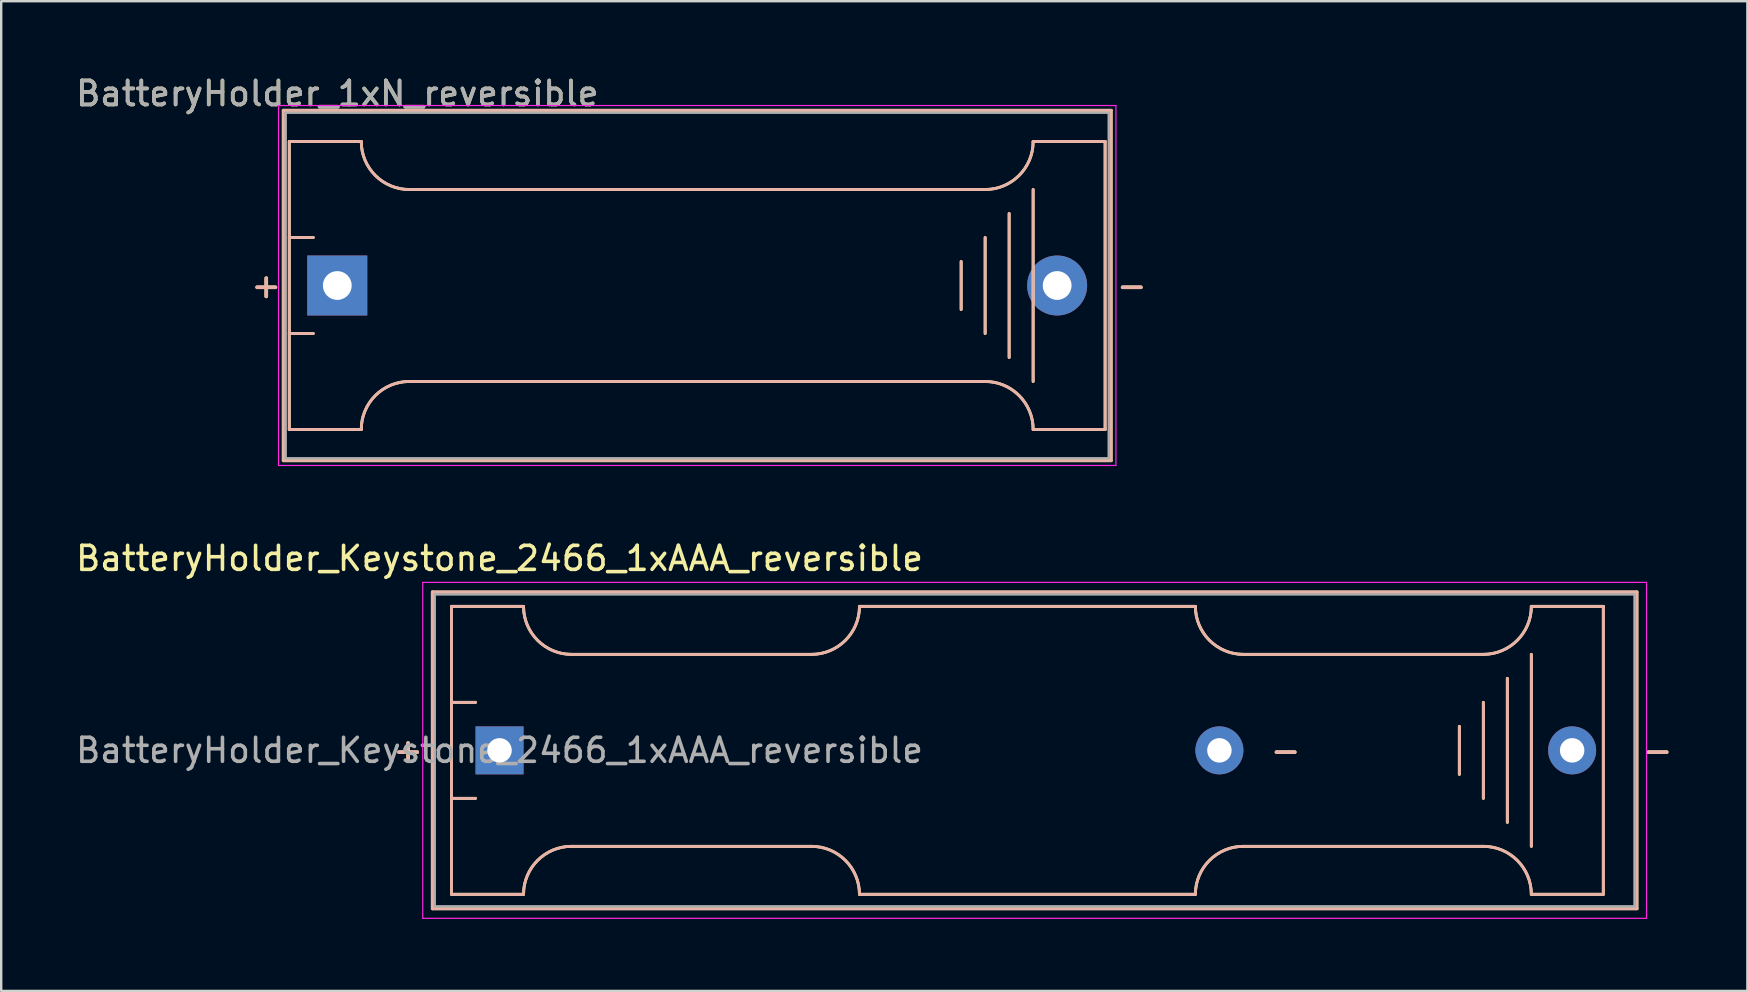
<source format=kicad_pcb>
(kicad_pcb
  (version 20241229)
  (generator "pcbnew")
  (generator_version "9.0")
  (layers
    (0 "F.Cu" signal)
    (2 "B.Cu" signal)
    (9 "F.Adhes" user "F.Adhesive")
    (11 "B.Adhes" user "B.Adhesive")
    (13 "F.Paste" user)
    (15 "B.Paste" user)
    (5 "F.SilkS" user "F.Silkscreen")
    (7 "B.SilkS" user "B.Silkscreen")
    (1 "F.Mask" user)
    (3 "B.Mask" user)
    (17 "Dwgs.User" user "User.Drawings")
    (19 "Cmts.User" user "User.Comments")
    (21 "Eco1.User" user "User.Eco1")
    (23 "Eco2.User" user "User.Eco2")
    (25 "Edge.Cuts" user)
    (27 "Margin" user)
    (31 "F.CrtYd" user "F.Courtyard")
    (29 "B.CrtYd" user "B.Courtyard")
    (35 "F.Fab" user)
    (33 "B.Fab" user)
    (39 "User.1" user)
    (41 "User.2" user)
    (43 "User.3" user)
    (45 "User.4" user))
  (footprint "BatteryHolder_1xN_reversible"
    (layer "F.Cu")
    (at 11.006 8.848)
    (property "Reference" "BatteryHolder_1xN_reversible" (at 0 -8 180) (layer "F.SilkS") (effects (font (size 1 1) (thickness 0.15))))
    (attr through_hole)
    (fp_line (start -2.25 -7.3) (end -2.25 7.3) (stroke (width 0.12) (type solid)) (layer "F.SilkS"))
    (fp_line (start -2.25 7.3) (end 32.25 7.3) (stroke (width 0.12) (type solid)) (layer "F.SilkS"))
    (fp_line (start -2 -6) (end -2 6) (stroke (width 0.12) (type solid)) (layer "F.SilkS"))
    (fp_line (start -2 -6) (end 1 -6) (stroke (width 0.12) (type solid)) (layer "F.SilkS"))
    (fp_line (start -2 -2) (end -1 -2) (stroke (width 0.12) (type solid)) (layer "F.SilkS"))
    (fp_line (start -2 6) (end 1 6) (stroke (width 0.12) (type solid)) (layer "F.SilkS"))
    (fp_line (start -1 2) (end -2 2) (stroke (width 0.12) (type solid)) (layer "F.SilkS"))
    (fp_line (start 3 -4) (end 27 -4) (stroke (width 0.12) (type solid)) (layer "F.SilkS"))
    (fp_line (start 3 4) (end 27 4) (stroke (width 0.12) (type solid)) (layer "F.SilkS"))
    (fp_line (start 26 -1) (end 26 1) (stroke (width 0.12) (type solid)) (layer "F.SilkS"))
    (fp_line (start 27 -2) (end 27 2) (stroke (width 0.12) (type solid)) (layer "F.SilkS"))
    (fp_line (start 28 3) (end 28 -3) (stroke (width 0.12) (type solid)) (layer "F.SilkS"))
    (fp_line (start 29 -4) (end 29 4) (stroke (width 0.12) (type solid)) (layer "F.SilkS"))
    (fp_line (start 32 -6) (end 29 -6) (stroke (width 0.12) (type solid)) (layer "F.SilkS"))
    (fp_line (start 32 -6) (end 32 6) (stroke (width 0.12) (type solid)) (layer "F.SilkS"))
    (fp_line (start 32 6) (end 29 6) (stroke (width 0.12) (type solid)) (layer "F.SilkS"))
    (fp_line (start 32.25 -7.3) (end -2.25 -7.3) (stroke (width 0.12) (type solid)) (layer "F.SilkS"))
    (fp_line (start 32.25 7.3) (end 32.25 -7.3) (stroke (width 0.12) (type solid)) (layer "F.SilkS"))
    (fp_arc (start 1 6) (mid 1.585786 4.585786) (end 3 4) (stroke (width 0.12) (type solid)) (layer "F.SilkS"))
    (fp_arc (start 3 -4) (mid 1.585786 -4.585786) (end 1 -6) (stroke (width 0.12) (type solid)) (layer "F.SilkS"))
    (fp_arc (start 27 4) (mid 28.414214 4.585786) (end 29 6) (stroke (width 0.12) (type solid)) (layer "F.SilkS"))
    (fp_arc (start 29 -6) (mid 28.414214 -4.585786) (end 27 -4) (stroke (width 0.12) (type solid)) (layer "F.SilkS"))
    (fp_line (start -2.25 -7.3) (end -2.25 7.3) (stroke (width 0.12) (type solid)) (layer "B.SilkS"))
    (fp_line (start -2.25 7.3) (end 32.25 7.3) (stroke (width 0.12) (type solid)) (layer "B.SilkS"))
    (fp_line (start -2 -6) (end -2 6) (stroke (width 0.12) (type solid)) (layer "B.SilkS"))
    (fp_line (start -2 -6) (end 1 -6) (stroke (width 0.12) (type solid)) (layer "B.SilkS"))
    (fp_line (start -2 -2) (end -1 -2) (stroke (width 0.12) (type solid)) (layer "B.SilkS"))
    (fp_line (start -2 6) (end 1 6) (stroke (width 0.12) (type solid)) (layer "B.SilkS"))
    (fp_line (start -1 2) (end -2 2) (stroke (width 0.12) (type solid)) (layer "B.SilkS"))
    (fp_line (start 3 -4) (end 27 -4) (stroke (width 0.12) (type solid)) (layer "B.SilkS"))
    (fp_line (start 3 4) (end 27 4) (stroke (width 0.12) (type solid)) (layer "B.SilkS"))
    (fp_line (start 26 -1) (end 26 1) (stroke (width 0.12) (type solid)) (layer "B.SilkS"))
    (fp_line (start 27 -2) (end 27 2) (stroke (width 0.12) (type solid)) (layer "B.SilkS"))
    (fp_line (start 28 3) (end 28 -3) (stroke (width 0.12) (type solid)) (layer "B.SilkS"))
    (fp_line (start 29 -4) (end 29 4) (stroke (width 0.12) (type solid)) (layer "B.SilkS"))
    (fp_line (start 32 -6) (end 29 -6) (stroke (width 0.12) (type solid)) (layer "B.SilkS"))
    (fp_line (start 32 -6) (end 32 6) (stroke (width 0.12) (type solid)) (layer "B.SilkS"))
    (fp_line (start 32 6) (end 29 6) (stroke (width 0.12) (type solid)) (layer "B.SilkS"))
    (fp_line (start 32.25 -7.3) (end -2.25 -7.3) (stroke (width 0.12) (type solid)) (layer "B.SilkS"))
    (fp_line (start 32.25 7.3) (end 32.25 -7.3) (stroke (width 0.12) (type solid)) (layer "B.SilkS"))
    (fp_arc (start 1 6) (mid 1.585786 4.585786) (end 3 4) (stroke (width 0.12) (type solid)) (layer "B.SilkS"))
    (fp_arc (start 3 -4) (mid 1.585786 -4.585786) (end 1 -6) (stroke (width 0.12) (type solid)) (layer "B.SilkS"))
    (fp_arc (start 27 4) (mid 28.414214 4.585786) (end 29 6) (stroke (width 0.12) (type solid)) (layer "B.SilkS"))
    (fp_arc (start 29 -6) (mid 28.414214 -4.585786) (end 27 -4) (stroke (width 0.12) (type solid)) (layer "B.SilkS"))
    (fp_line (start -2.45 -7.5) (end -2.45 7.5) (stroke (width 0.05) (type solid)) (layer "F.CrtYd"))
    (fp_line (start -2.45 7.5) (end 32.45 7.5) (stroke (width 0.05) (type solid)) (layer "F.CrtYd"))
    (fp_line (start 32.45 -7.5) (end -2.45 -7.5) (stroke (width 0.05) (type solid)) (layer "F.CrtYd"))
    (fp_line (start 32.45 7.5) (end 32.45 -7.5) (stroke (width 0.05) (type solid)) (layer "F.CrtYd"))
    (fp_line (start -2.15 -7.2) (end 32.15 -7.2) (stroke (width 0.1) (type solid)) (layer "F.Fab"))
    (fp_line (start -2.15 7.2) (end -2.15 -7.2) (stroke (width 0.1) (type solid)) (layer "F.Fab"))
    (fp_line (start 32.15 -7.2) (end 32.15 7.2) (stroke (width 0.1) (type solid)) (layer "F.Fab"))
    (fp_line (start 32.15 7.2) (end -2.15 7.2) (stroke (width 0.1) (type solid)) (layer "F.Fab"))
    (fp_text user "+" (at -2.96 0 0) (layer "F.SilkS") (effects (font (size 1 1) (thickness 0.15))))
    (fp_text user "-" (at 33.11 0 0) (layer "F.SilkS") (effects (font (size 1 1) (thickness 0.15))))
    (fp_text user "-" (at 33.11 0 0) (layer "B.SilkS") (effects (font (size 1 1) (thickness 0.15))))
    (fp_text user "+" (at -2.96 0 0) (layer "B.SilkS") (effects (font (size 1 1) (thickness 0.15))))
    (fp_text user "${REFERENCE}" (at 0 -8 0) (layer "F.Fab") (effects (font (size 1 1) (thickness 0.15))))
    (pad "1" thru_hole rect (at 0 0) (size 2.5 2.5) (drill 1.2) (layers "*.Cu" "*.Mask"))
    (pad "2" thru_hole circle (at 30 0) (size 2.5 2.5) (drill 1.2) (layers "*.Cu" "*.Mask")))
  (footprint "BatteryHolder_Keystone_2466_1xAAA_reversible"
    (layer "F.Cu")
    (at 17.768 28.221)
    (property "Reference" "BatteryHolder_Keystone_2466_1xAAA_reversible" (at 0 -8 180) (layer "F.SilkS") (effects (font (size 1 1) (thickness 0.15))))
    (attr through_hole)
    (fp_line (start -2.8 -6.6) (end -2.8 6.6) (stroke (width 0.12) (type solid)) (layer "F.SilkS"))
    (fp_line (start -2.8 6.6) (end 47.4 6.6) (stroke (width 0.12) (type solid)) (layer "F.SilkS"))
    (fp_line (start -2 -6) (end -2 6) (stroke (width 0.12) (type solid)) (layer "F.SilkS"))
    (fp_line (start -2 -6) (end 1 -6) (stroke (width 0.12) (type solid)) (layer "F.SilkS"))
    (fp_line (start -2 -2) (end -1 -2) (stroke (width 0.12) (type solid)) (layer "F.SilkS"))
    (fp_line (start -2 6) (end 1 6) (stroke (width 0.12) (type solid)) (layer "F.SilkS"))
    (fp_line (start -1 2) (end -2 2) (stroke (width 0.12) (type solid)) (layer "F.SilkS"))
    (fp_line (start 3 -4) (end 13 -4) (stroke (width 0.12) (type solid)) (layer "F.SilkS"))
    (fp_line (start 3 4) (end 13 4) (stroke (width 0.12) (type solid)) (layer "F.SilkS"))
    (fp_line (start 15 6) (end 29 6) (stroke (width 0.12) (type solid)) (layer "F.SilkS"))
    (fp_line (start 29 -6) (end 15 -6) (stroke (width 0.12) (type solid)) (layer "F.SilkS"))
    (fp_line (start 40 -1) (end 40 1) (stroke (width 0.12) (type solid)) (layer "F.SilkS"))
    (fp_line (start 41 -4) (end 31 -4) (stroke (width 0.12) (type solid)) (layer "F.SilkS"))
    (fp_line (start 41 -2) (end 41 2) (stroke (width 0.12) (type solid)) (layer "F.SilkS"))
    (fp_line (start 41 4) (end 31 4) (stroke (width 0.12) (type solid)) (layer "F.SilkS"))
    (fp_line (start 42 3) (end 42 -3) (stroke (width 0.12) (type solid)) (layer "F.SilkS"))
    (fp_line (start 43 -4) (end 43 4) (stroke (width 0.12) (type solid)) (layer "F.SilkS"))
    (fp_line (start 46 -6) (end 43 -6) (stroke (width 0.12) (type solid)) (layer "F.SilkS"))
    (fp_line (start 46 -6) (end 46 6) (stroke (width 0.12) (type solid)) (layer "F.SilkS"))
    (fp_line (start 46 6) (end 43 6) (stroke (width 0.12) (type solid)) (layer "F.SilkS"))
    (fp_line (start 47.4 -6.6) (end -2.8 -6.6) (stroke (width 0.12) (type solid)) (layer "F.SilkS"))
    (fp_line (start 47.4 6.6) (end 47.4 -6.6) (stroke (width 0.12) (type solid)) (layer "F.SilkS"))
    (fp_arc (start 1 6) (mid 1.585786 4.585786) (end 3 4) (stroke (width 0.12) (type solid)) (layer "F.SilkS"))
    (fp_arc (start 3 -4) (mid 1.585786 -4.585786) (end 1 -6) (stroke (width 0.12) (type solid)) (layer "F.SilkS"))
    (fp_arc (start 13 4) (mid 14.414214 4.585786) (end 15 6) (stroke (width 0.12) (type solid)) (layer "F.SilkS"))
    (fp_arc (start 15 -6) (mid 14.414214 -4.585786) (end 13 -4) (stroke (width 0.12) (type solid)) (layer "F.SilkS"))
    (fp_arc (start 29 6) (mid 29.585786 4.585786) (end 31 4) (stroke (width 0.12) (type solid)) (layer "F.SilkS"))
    (fp_arc (start 31 -4) (mid 29.585786 -4.585786) (end 29 -6) (stroke (width 0.12) (type solid)) (layer "F.SilkS"))
    (fp_arc (start 41 4) (mid 42.414214 4.585786) (end 43 6) (stroke (width 0.12) (type solid)) (layer "F.SilkS"))
    (fp_arc (start 43 -6) (mid 42.414214 -4.585786) (end 41 -4) (stroke (width 0.12) (type solid)) (layer "F.SilkS"))
    (fp_line (start -2.8 -6.6) (end -2.8 6.6) (stroke (width 0.12) (type solid)) (layer "B.SilkS"))
    (fp_line (start -2.8 6.6) (end 47.4 6.6) (stroke (width 0.12) (type solid)) (layer "B.SilkS"))
    (fp_line (start -2 -6) (end -2 6) (stroke (width 0.12) (type solid)) (layer "B.SilkS"))
    (fp_line (start -2 -6) (end 1 -6) (stroke (width 0.12) (type solid)) (layer "B.SilkS"))
    (fp_line (start -2 -2) (end -1 -2) (stroke (width 0.12) (type solid)) (layer "B.SilkS"))
    (fp_line (start -2 6) (end 1 6) (stroke (width 0.12) (type solid)) (layer "B.SilkS"))
    (fp_line (start -1 2) (end -2 2) (stroke (width 0.12) (type solid)) (layer "B.SilkS"))
    (fp_line (start 3 -4) (end 13 -4) (stroke (width 0.12) (type solid)) (layer "B.SilkS"))
    (fp_line (start 3 4) (end 13 4) (stroke (width 0.12) (type solid)) (layer "B.SilkS"))
    (fp_line (start 15 6) (end 29 6) (stroke (width 0.12) (type solid)) (layer "B.SilkS"))
    (fp_line (start 29 -6) (end 15 -6) (stroke (width 0.12) (type solid)) (layer "B.SilkS"))
    (fp_line (start 40 -1) (end 40 1) (stroke (width 0.12) (type solid)) (layer "B.SilkS"))
    (fp_line (start 41 -4) (end 31 -4) (stroke (width 0.12) (type solid)) (layer "B.SilkS"))
    (fp_line (start 41 -2) (end 41 2) (stroke (width 0.12) (type solid)) (layer "B.SilkS"))
    (fp_line (start 41 4) (end 31 4) (stroke (width 0.12) (type solid)) (layer "B.SilkS"))
    (fp_line (start 42 3) (end 42 -3) (stroke (width 0.12) (type solid)) (layer "B.SilkS"))
    (fp_line (start 43 -4) (end 43 4) (stroke (width 0.12) (type solid)) (layer "B.SilkS"))
    (fp_line (start 46 -6) (end 43 -6) (stroke (width 0.12) (type solid)) (layer "B.SilkS"))
    (fp_line (start 46 -6) (end 46 6) (stroke (width 0.12) (type solid)) (layer "B.SilkS"))
    (fp_line (start 46 6) (end 43 6) (stroke (width 0.12) (type solid)) (layer "B.SilkS"))
    (fp_line (start 47.4 -6.6) (end -2.8 -6.6) (stroke (width 0.12) (type solid)) (layer "B.SilkS"))
    (fp_line (start 47.4 6.6) (end 47.4 -6.6) (stroke (width 0.12) (type solid)) (layer "B.SilkS"))
    (fp_arc (start 1 6) (mid 1.585786 4.585786) (end 3 4) (stroke (width 0.12) (type solid)) (layer "B.SilkS"))
    (fp_arc (start 3 -4) (mid 1.585786 -4.585786) (end 1 -6) (stroke (width 0.12) (type solid)) (layer "B.SilkS"))
    (fp_arc (start 13 4) (mid 14.414214 4.585786) (end 15 6) (stroke (width 0.12) (type solid)) (layer "B.SilkS"))
    (fp_arc (start 15 -6) (mid 14.414214 -4.585786) (end 13 -4) (stroke (width 0.12) (type solid)) (layer "B.SilkS"))
    (fp_arc (start 29 6) (mid 29.585786 4.585786) (end 31 4) (stroke (width 0.12) (type solid)) (layer "B.SilkS"))
    (fp_arc (start 31 -4) (mid 29.585786 -4.585786) (end 29 -6) (stroke (width 0.12) (type solid)) (layer "B.SilkS"))
    (fp_arc (start 41 4) (mid 42.414214 4.585786) (end 43 6) (stroke (width 0.12) (type solid)) (layer "B.SilkS"))
    (fp_arc (start 43 -6) (mid 42.414214 -4.585786) (end 41 -4) (stroke (width 0.12) (type solid)) (layer "B.SilkS"))
    (fp_line (start -3.2 -7) (end -3.2 7) (stroke (width 0.05) (type solid)) (layer "F.CrtYd"))
    (fp_line (start -3.2 7) (end 47.8 7) (stroke (width 0.05) (type solid)) (layer "F.CrtYd"))
    (fp_line (start 47.8 -7) (end -3.2 -7) (stroke (width 0.05) (type solid)) (layer "F.CrtYd"))
    (fp_line (start 47.8 7) (end 47.8 -7) (stroke (width 0.05) (type solid)) (layer "F.CrtYd"))
    (fp_line (start -2.7 -6.5) (end 47.3 -6.5) (stroke (width 0.1) (type solid)) (layer "F.Fab"))
    (fp_line (start -2.7 0) (end -2.7 -6.5) (stroke (width 0.1) (type solid)) (layer "F.Fab"))
    (fp_line (start -2.7 6.5) (end -2.7 0) (stroke (width 0.1) (type solid)) (layer "F.Fab"))
    (fp_line (start 47.3 -6.5) (end 47.3 6.5) (stroke (width 0.1) (type solid)) (layer "F.Fab"))
    (fp_line (start 47.3 6.5) (end -2.7 6.5) (stroke (width 0.1) (type solid)) (layer "F.Fab"))
    (fp_text user "+" (at -3.81 0 0) (layer "F.SilkS") (effects (font (size 1 1) (thickness 0.15))))
    (fp_text user "-" (at 48.26 0 0) (layer "F.SilkS") (effects (font (size 1 1) (thickness 0.15))))
    (fp_text user "-" (at 32.76 0 0) (layer "F.SilkS") (effects (font (size 1 1) (thickness 0.15))))
    (fp_text user "-" (at 48.26 0 0) (layer "B.SilkS") (effects (font (size 1 1) (thickness 0.15))))
    (fp_text user "+" (at -3.81 0 0) (layer "B.SilkS") (effects (font (size 1 1) (thickness 0.15))))
    (fp_text user "-" (at 32.76 0 0) (layer "B.SilkS") (effects (font (size 1 1) (thickness 0.15))))
    (fp_text user "${REFERENCE}" (at 0 0 0) (layer "F.Fab") (effects (font (size 1 1) (thickness 0.15))))
    (pad "1" thru_hole rect (at 0 0) (size 2 2) (drill 1.02) (layers "*.Cu" "*.Mask"))
    (pad "2" thru_hole circle (at 30 0) (size 2 2) (drill 1.02) (layers "*.Cu" "*.Mask"))
    (pad "2" thru_hole circle (at 44.7 0) (size 2 2) (drill 1.02) (layers "*.Cu" "*.Mask")))
  (gr_rect
    (start -3 -3)
    (end 69.772 38.246)
    (stroke (width 0.1) (type default))
    (fill no)
    (layer "Edge.Cuts")))
</source>
